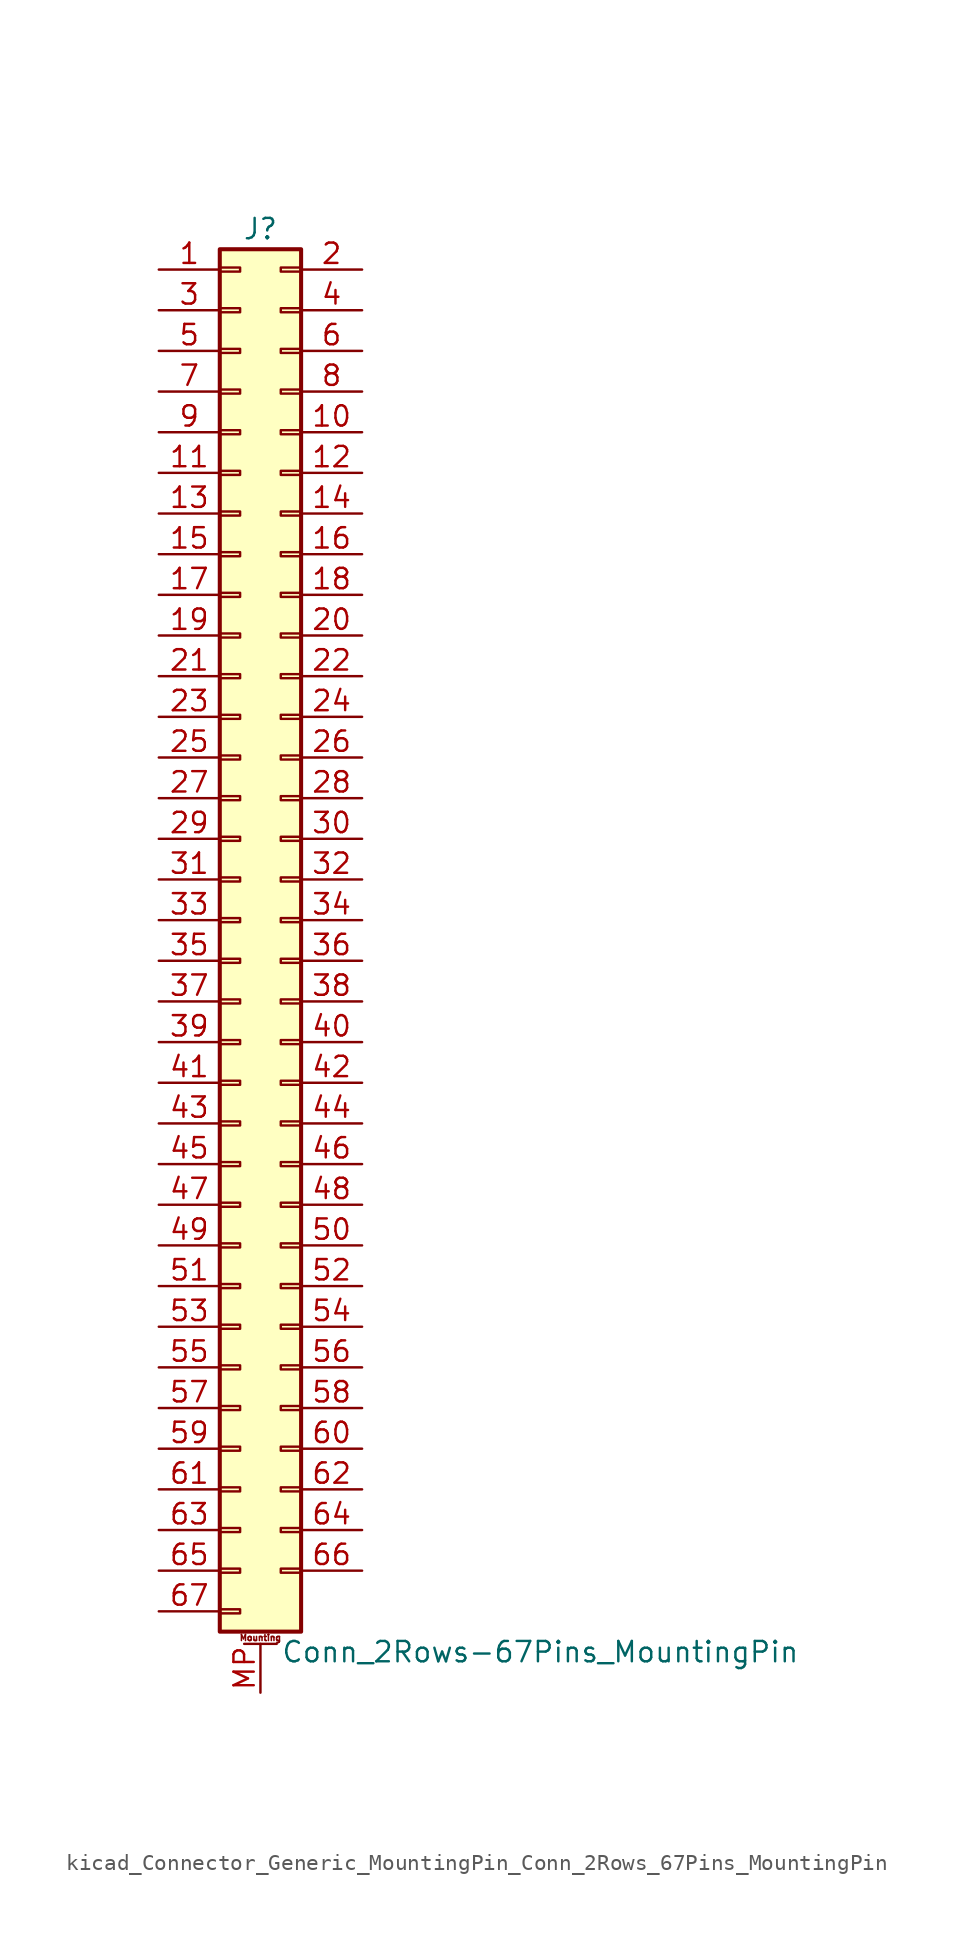
<source format=kicad_sym>
(kicad_symbol_lib
  (version 20220914)
  (generator kicad_symbol_editor)
  (symbol "kicad_Connector_Generic_MountingPin_Conn_2Rows_67Pins_MountingPin"
    (pin_names
      (offset 1.016) hide)
    (property "Reference" "J"
      (at 1.27 43.18 0)
      (effects (font (size 1.27 1.27))))
    (property "Value" "Conn_2Rows-67Pins_MountingPin"
      (at 2.54 -45.72 0)
      (effects (font (size 1.27 1.27)) (justify left)))
    (symbol "kicad_Connector_Generic_MountingPin_Conn_2Rows_67Pins_MountingPin_1_1"
      (rectangle (start -1.27 -43.053) (end 0 -43.307) (stroke (width 0.152) (type default)) (fill (type none)))
      (rectangle (start -1.27 -40.513) (end 0 -40.767) (stroke (width 0.152) (type default)) (fill (type none)))
      (rectangle (start -1.27 -37.973) (end 0 -38.227) (stroke (width 0.152) (type default)) (fill (type none)))
      (rectangle (start -1.27 -35.433) (end 0 -35.687) (stroke (width 0.152) (type default)) (fill (type none)))
      (rectangle (start -1.27 -32.893) (end 0 -33.147) (stroke (width 0.152) (type default)) (fill (type none)))
      (rectangle (start -1.27 -30.353) (end 0 -30.607) (stroke (width 0.152) (type default)) (fill (type none)))
      (rectangle (start -1.27 -27.813) (end 0 -28.067) (stroke (width 0.152) (type default)) (fill (type none)))
      (rectangle (start -1.27 -25.273) (end 0 -25.527) (stroke (width 0.152) (type default)) (fill (type none)))
      (rectangle (start -1.27 -22.733) (end 0 -22.987) (stroke (width 0.152) (type default)) (fill (type none)))
      (rectangle (start -1.27 -20.193) (end 0 -20.447) (stroke (width 0.152) (type default)) (fill (type none)))
      (rectangle (start -1.27 -17.653) (end 0 -17.907) (stroke (width 0.152) (type default)) (fill (type none)))
      (rectangle (start -1.27 -15.113) (end 0 -15.367) (stroke (width 0.152) (type default)) (fill (type none)))
      (rectangle (start -1.27 -12.573) (end 0 -12.827) (stroke (width 0.152) (type default)) (fill (type none)))
      (rectangle (start -1.27 -10.033) (end 0 -10.287) (stroke (width 0.152) (type default)) (fill (type none)))
      (rectangle (start -1.27 -7.493) (end 0 -7.747) (stroke (width 0.152) (type default)) (fill (type none)))
      (rectangle (start -1.27 -4.953) (end 0 -5.207) (stroke (width 0.152) (type default)) (fill (type none)))
      (rectangle (start -1.27 -2.413) (end 0 -2.667) (stroke (width 0.152) (type default)) (fill (type none)))
      (rectangle (start -1.27 0.127) (end 0 -0.127) (stroke (width 0.152) (type default)) (fill (type none)))
      (rectangle (start -1.27 2.667) (end 0 2.413) (stroke (width 0.152) (type default)) (fill (type none)))
      (rectangle (start -1.27 5.207) (end 0 4.953) (stroke (width 0.152) (type default)) (fill (type none)))
      (rectangle (start -1.27 7.747) (end 0 7.493) (stroke (width 0.152) (type default)) (fill (type none)))
      (rectangle (start -1.27 10.287) (end 0 10.033) (stroke (width 0.152) (type default)) (fill (type none)))
      (rectangle (start -1.27 12.827) (end 0 12.573) (stroke (width 0.152) (type default)) (fill (type none)))
      (rectangle (start -1.27 15.367) (end 0 15.113) (stroke (width 0.152) (type default)) (fill (type none)))
      (rectangle (start -1.27 17.907) (end 0 17.653) (stroke (width 0.152) (type default)) (fill (type none)))
      (rectangle (start -1.27 20.447) (end 0 20.193) (stroke (width 0.152) (type default)) (fill (type none)))
      (rectangle (start -1.27 22.987) (end 0 22.733) (stroke (width 0.152) (type default)) (fill (type none)))
      (rectangle (start -1.27 25.527) (end 0 25.273) (stroke (width 0.152) (type default)) (fill (type none)))
      (rectangle (start -1.27 28.067) (end 0 27.813) (stroke (width 0.152) (type default)) (fill (type none)))
      (rectangle (start -1.27 30.607) (end 0 30.353) (stroke (width 0.152) (type default)) (fill (type none)))
      (rectangle (start -1.27 33.147) (end 0 32.893) (stroke (width 0.152) (type default)) (fill (type none)))
      (rectangle (start -1.27 35.687) (end 0 35.433) (stroke (width 0.152) (type default)) (fill (type none)))
      (rectangle (start -1.27 38.227) (end 0 37.973) (stroke (width 0.152) (type default)) (fill (type none)))
      (rectangle (start -1.27 40.767) (end 0 40.513) (stroke (width 0.152) (type default)) (fill (type none)))
      (rectangle (start -1.27 41.91) (end 3.81 -44.45) (stroke (width 0.254) (type default)) (fill (type background)))
      (polyline (pts (xy 0.254 -45.212) (xy 2.286 -45.212)) (stroke (width 0.152) (type default)) (fill (type none)))
      (rectangle (start 3.81 -40.513) (end 2.54 -40.767) (stroke (width 0.152) (type default)) (fill (type none)))
      (rectangle (start 3.81 -37.973) (end 2.54 -38.227) (stroke (width 0.152) (type default)) (fill (type none)))
      (rectangle (start 3.81 -35.433) (end 2.54 -35.687) (stroke (width 0.152) (type default)) (fill (type none)))
      (rectangle (start 3.81 -32.893) (end 2.54 -33.147) (stroke (width 0.152) (type default)) (fill (type none)))
      (rectangle (start 3.81 -30.353) (end 2.54 -30.607) (stroke (width 0.152) (type default)) (fill (type none)))
      (rectangle (start 3.81 -27.813) (end 2.54 -28.067) (stroke (width 0.152) (type default)) (fill (type none)))
      (rectangle (start 3.81 -25.273) (end 2.54 -25.527) (stroke (width 0.152) (type default)) (fill (type none)))
      (rectangle (start 3.81 -22.733) (end 2.54 -22.987) (stroke (width 0.152) (type default)) (fill (type none)))
      (rectangle (start 3.81 -20.193) (end 2.54 -20.447) (stroke (width 0.152) (type default)) (fill (type none)))
      (rectangle (start 3.81 -17.653) (end 2.54 -17.907) (stroke (width 0.152) (type default)) (fill (type none)))
      (rectangle (start 3.81 -15.113) (end 2.54 -15.367) (stroke (width 0.152) (type default)) (fill (type none)))
      (rectangle (start 3.81 -12.573) (end 2.54 -12.827) (stroke (width 0.152) (type default)) (fill (type none)))
      (rectangle (start 3.81 -10.033) (end 2.54 -10.287) (stroke (width 0.152) (type default)) (fill (type none)))
      (rectangle (start 3.81 -7.493) (end 2.54 -7.747) (stroke (width 0.152) (type default)) (fill (type none)))
      (rectangle (start 3.81 -4.953) (end 2.54 -5.207) (stroke (width 0.152) (type default)) (fill (type none)))
      (rectangle (start 3.81 -2.413) (end 2.54 -2.667) (stroke (width 0.152) (type default)) (fill (type none)))
      (rectangle (start 3.81 0.127) (end 2.54 -0.127) (stroke (width 0.152) (type default)) (fill (type none)))
      (rectangle (start 3.81 2.667) (end 2.54 2.413) (stroke (width 0.152) (type default)) (fill (type none)))
      (rectangle (start 3.81 5.207) (end 2.54 4.953) (stroke (width 0.152) (type default)) (fill (type none)))
      (rectangle (start 3.81 7.747) (end 2.54 7.493) (stroke (width 0.152) (type default)) (fill (type none)))
      (rectangle (start 3.81 10.287) (end 2.54 10.033) (stroke (width 0.152) (type default)) (fill (type none)))
      (rectangle (start 3.81 12.827) (end 2.54 12.573) (stroke (width 0.152) (type default)) (fill (type none)))
      (rectangle (start 3.81 15.367) (end 2.54 15.113) (stroke (width 0.152) (type default)) (fill (type none)))
      (rectangle (start 3.81 17.907) (end 2.54 17.653) (stroke (width 0.152) (type default)) (fill (type none)))
      (rectangle (start 3.81 20.447) (end 2.54 20.193) (stroke (width 0.152) (type default)) (fill (type none)))
      (rectangle (start 3.81 22.987) (end 2.54 22.733) (stroke (width 0.152) (type default)) (fill (type none)))
      (rectangle (start 3.81 25.527) (end 2.54 25.273) (stroke (width 0.152) (type default)) (fill (type none)))
      (rectangle (start 3.81 28.067) (end 2.54 27.813) (stroke (width 0.152) (type default)) (fill (type none)))
      (rectangle (start 3.81 30.607) (end 2.54 30.353) (stroke (width 0.152) (type default)) (fill (type none)))
      (rectangle (start 3.81 33.147) (end 2.54 32.893) (stroke (width 0.152) (type default)) (fill (type none)))
      (rectangle (start 3.81 35.687) (end 2.54 35.433) (stroke (width 0.152) (type default)) (fill (type none)))
      (rectangle (start 3.81 38.227) (end 2.54 37.973) (stroke (width 0.152) (type default)) (fill (type none)))
      (rectangle (start 3.81 40.767) (end 2.54 40.513) (stroke (width 0.152) (type default)) (fill (type none)))
      (text "Mounting" (at 1.27 -44.831 0) (effects (font (size 0.381 0.381))))
      (pin passive line (at -5.08 40.64 0) (length 3.81) (name "Pin_1" (effects (font (size 1.27 1.27)))) (number "1" (effects (font (size 1.27 1.27)))))
      (pin passive line (at 7.62 30.48 180) (length 3.81) (name "Pin_10" (effects (font (size 1.27 1.27)))) (number "10" (effects (font (size 1.27 1.27)))))
      (pin passive line (at -5.08 27.94 0) (length 3.81) (name "Pin_11" (effects (font (size 1.27 1.27)))) (number "11" (effects (font (size 1.27 1.27)))))
      (pin passive line (at 7.62 27.94 180) (length 3.81) (name "Pin_12" (effects (font (size 1.27 1.27)))) (number "12" (effects (font (size 1.27 1.27)))))
      (pin passive line (at -5.08 25.4 0) (length 3.81) (name "Pin_13" (effects (font (size 1.27 1.27)))) (number "13" (effects (font (size 1.27 1.27)))))
      (pin passive line (at 7.62 25.4 180) (length 3.81) (name "Pin_14" (effects (font (size 1.27 1.27)))) (number "14" (effects (font (size 1.27 1.27)))))
      (pin passive line (at -5.08 22.86 0) (length 3.81) (name "Pin_15" (effects (font (size 1.27 1.27)))) (number "15" (effects (font (size 1.27 1.27)))))
      (pin passive line (at 7.62 22.86 180) (length 3.81) (name "Pin_16" (effects (font (size 1.27 1.27)))) (number "16" (effects (font (size 1.27 1.27)))))
      (pin passive line (at -5.08 20.32 0) (length 3.81) (name "Pin_17" (effects (font (size 1.27 1.27)))) (number "17" (effects (font (size 1.27 1.27)))))
      (pin passive line (at 7.62 20.32 180) (length 3.81) (name "Pin_18" (effects (font (size 1.27 1.27)))) (number "18" (effects (font (size 1.27 1.27)))))
      (pin passive line (at -5.08 17.78 0) (length 3.81) (name "Pin_19" (effects (font (size 1.27 1.27)))) (number "19" (effects (font (size 1.27 1.27)))))
      (pin passive line (at 7.62 40.64 180) (length 3.81) (name "Pin_2" (effects (font (size 1.27 1.27)))) (number "2" (effects (font (size 1.27 1.27)))))
      (pin passive line (at 7.62 17.78 180) (length 3.81) (name "Pin_20" (effects (font (size 1.27 1.27)))) (number "20" (effects (font (size 1.27 1.27)))))
      (pin passive line (at -5.08 15.24 0) (length 3.81) (name "Pin_21" (effects (font (size 1.27 1.27)))) (number "21" (effects (font (size 1.27 1.27)))))
      (pin passive line (at 7.62 15.24 180) (length 3.81) (name "Pin_22" (effects (font (size 1.27 1.27)))) (number "22" (effects (font (size 1.27 1.27)))))
      (pin passive line (at -5.08 12.7 0) (length 3.81) (name "Pin_23" (effects (font (size 1.27 1.27)))) (number "23" (effects (font (size 1.27 1.27)))))
      (pin passive line (at 7.62 12.7 180) (length 3.81) (name "Pin_24" (effects (font (size 1.27 1.27)))) (number "24" (effects (font (size 1.27 1.27)))))
      (pin passive line (at -5.08 10.16 0) (length 3.81) (name "Pin_25" (effects (font (size 1.27 1.27)))) (number "25" (effects (font (size 1.27 1.27)))))
      (pin passive line (at 7.62 10.16 180) (length 3.81) (name "Pin_26" (effects (font (size 1.27 1.27)))) (number "26" (effects (font (size 1.27 1.27)))))
      (pin passive line (at -5.08 7.62 0) (length 3.81) (name "Pin_27" (effects (font (size 1.27 1.27)))) (number "27" (effects (font (size 1.27 1.27)))))
      (pin passive line (at 7.62 7.62 180) (length 3.81) (name "Pin_28" (effects (font (size 1.27 1.27)))) (number "28" (effects (font (size 1.27 1.27)))))
      (pin passive line (at -5.08 5.08 0) (length 3.81) (name "Pin_29" (effects (font (size 1.27 1.27)))) (number "29" (effects (font (size 1.27 1.27)))))
      (pin passive line (at -5.08 38.1 0) (length 3.81) (name "Pin_3" (effects (font (size 1.27 1.27)))) (number "3" (effects (font (size 1.27 1.27)))))
      (pin passive line (at 7.62 5.08 180) (length 3.81) (name "Pin_30" (effects (font (size 1.27 1.27)))) (number "30" (effects (font (size 1.27 1.27)))))
      (pin passive line (at -5.08 2.54 0) (length 3.81) (name "Pin_31" (effects (font (size 1.27 1.27)))) (number "31" (effects (font (size 1.27 1.27)))))
      (pin passive line (at 7.62 2.54 180) (length 3.81) (name "Pin_32" (effects (font (size 1.27 1.27)))) (number "32" (effects (font (size 1.27 1.27)))))
      (pin passive line (at -5.08 0 0) (length 3.81) (name "Pin_33" (effects (font (size 1.27 1.27)))) (number "33" (effects (font (size 1.27 1.27)))))
      (pin passive line (at 7.62 0 180) (length 3.81) (name "Pin_34" (effects (font (size 1.27 1.27)))) (number "34" (effects (font (size 1.27 1.27)))))
      (pin passive line (at -5.08 -2.54 0) (length 3.81) (name "Pin_35" (effects (font (size 1.27 1.27)))) (number "35" (effects (font (size 1.27 1.27)))))
      (pin passive line (at 7.62 -2.54 180) (length 3.81) (name "Pin_36" (effects (font (size 1.27 1.27)))) (number "36" (effects (font (size 1.27 1.27)))))
      (pin passive line (at -5.08 -5.08 0) (length 3.81) (name "Pin_37" (effects (font (size 1.27 1.27)))) (number "37" (effects (font (size 1.27 1.27)))))
      (pin passive line (at 7.62 -5.08 180) (length 3.81) (name "Pin_38" (effects (font (size 1.27 1.27)))) (number "38" (effects (font (size 1.27 1.27)))))
      (pin passive line (at -5.08 -7.62 0) (length 3.81) (name "Pin_39" (effects (font (size 1.27 1.27)))) (number "39" (effects (font (size 1.27 1.27)))))
      (pin passive line (at 7.62 38.1 180) (length 3.81) (name "Pin_4" (effects (font (size 1.27 1.27)))) (number "4" (effects (font (size 1.27 1.27)))))
      (pin passive line (at 7.62 -7.62 180) (length 3.81) (name "Pin_40" (effects (font (size 1.27 1.27)))) (number "40" (effects (font (size 1.27 1.27)))))
      (pin passive line (at -5.08 -10.16 0) (length 3.81) (name "Pin_41" (effects (font (size 1.27 1.27)))) (number "41" (effects (font (size 1.27 1.27)))))
      (pin passive line (at 7.62 -10.16 180) (length 3.81) (name "Pin_42" (effects (font (size 1.27 1.27)))) (number "42" (effects (font (size 1.27 1.27)))))
      (pin passive line (at -5.08 -12.7 0) (length 3.81) (name "Pin_43" (effects (font (size 1.27 1.27)))) (number "43" (effects (font (size 1.27 1.27)))))
      (pin passive line (at 7.62 -12.7 180) (length 3.81) (name "Pin_44" (effects (font (size 1.27 1.27)))) (number "44" (effects (font (size 1.27 1.27)))))
      (pin passive line (at -5.08 -15.24 0) (length 3.81) (name "Pin_45" (effects (font (size 1.27 1.27)))) (number "45" (effects (font (size 1.27 1.27)))))
      (pin passive line (at 7.62 -15.24 180) (length 3.81) (name "Pin_46" (effects (font (size 1.27 1.27)))) (number "46" (effects (font (size 1.27 1.27)))))
      (pin passive line (at -5.08 -17.78 0) (length 3.81) (name "Pin_47" (effects (font (size 1.27 1.27)))) (number "47" (effects (font (size 1.27 1.27)))))
      (pin passive line (at 7.62 -17.78 180) (length 3.81) (name "Pin_48" (effects (font (size 1.27 1.27)))) (number "48" (effects (font (size 1.27 1.27)))))
      (pin passive line (at -5.08 -20.32 0) (length 3.81) (name "Pin_49" (effects (font (size 1.27 1.27)))) (number "49" (effects (font (size 1.27 1.27)))))
      (pin passive line (at -5.08 35.56 0) (length 3.81) (name "Pin_5" (effects (font (size 1.27 1.27)))) (number "5" (effects (font (size 1.27 1.27)))))
      (pin passive line (at 7.62 -20.32 180) (length 3.81) (name "Pin_50" (effects (font (size 1.27 1.27)))) (number "50" (effects (font (size 1.27 1.27)))))
      (pin passive line (at -5.08 -22.86 0) (length 3.81) (name "Pin_51" (effects (font (size 1.27 1.27)))) (number "51" (effects (font (size 1.27 1.27)))))
      (pin passive line (at 7.62 -22.86 180) (length 3.81) (name "Pin_52" (effects (font (size 1.27 1.27)))) (number "52" (effects (font (size 1.27 1.27)))))
      (pin passive line (at -5.08 -25.4 0) (length 3.81) (name "Pin_53" (effects (font (size 1.27 1.27)))) (number "53" (effects (font (size 1.27 1.27)))))
      (pin passive line (at 7.62 -25.4 180) (length 3.81) (name "Pin_54" (effects (font (size 1.27 1.27)))) (number "54" (effects (font (size 1.27 1.27)))))
      (pin passive line (at -5.08 -27.94 0) (length 3.81) (name "Pin_55" (effects (font (size 1.27 1.27)))) (number "55" (effects (font (size 1.27 1.27)))))
      (pin passive line (at 7.62 -27.94 180) (length 3.81) (name "Pin_56" (effects (font (size 1.27 1.27)))) (number "56" (effects (font (size 1.27 1.27)))))
      (pin passive line (at -5.08 -30.48 0) (length 3.81) (name "Pin_57" (effects (font (size 1.27 1.27)))) (number "57" (effects (font (size 1.27 1.27)))))
      (pin passive line (at 7.62 -30.48 180) (length 3.81) (name "Pin_58" (effects (font (size 1.27 1.27)))) (number "58" (effects (font (size 1.27 1.27)))))
      (pin passive line (at -5.08 -33.02 0) (length 3.81) (name "Pin_59" (effects (font (size 1.27 1.27)))) (number "59" (effects (font (size 1.27 1.27)))))
      (pin passive line (at 7.62 35.56 180) (length 3.81) (name "Pin_6" (effects (font (size 1.27 1.27)))) (number "6" (effects (font (size 1.27 1.27)))))
      (pin passive line (at 7.62 -33.02 180) (length 3.81) (name "Pin_60" (effects (font (size 1.27 1.27)))) (number "60" (effects (font (size 1.27 1.27)))))
      (pin passive line (at -5.08 -35.56 0) (length 3.81) (name "Pin_61" (effects (font (size 1.27 1.27)))) (number "61" (effects (font (size 1.27 1.27)))))
      (pin passive line (at 7.62 -35.56 180) (length 3.81) (name "Pin_62" (effects (font (size 1.27 1.27)))) (number "62" (effects (font (size 1.27 1.27)))))
      (pin passive line (at -5.08 -38.1 0) (length 3.81) (name "Pin_63" (effects (font (size 1.27 1.27)))) (number "63" (effects (font (size 1.27 1.27)))))
      (pin passive line (at 7.62 -38.1 180) (length 3.81) (name "Pin_64" (effects (font (size 1.27 1.27)))) (number "64" (effects (font (size 1.27 1.27)))))
      (pin passive line (at -5.08 -40.64 0) (length 3.81) (name "Pin_65" (effects (font (size 1.27 1.27)))) (number "65" (effects (font (size 1.27 1.27)))))
      (pin passive line (at 7.62 -40.64 180) (length 3.81) (name "Pin_66" (effects (font (size 1.27 1.27)))) (number "66" (effects (font (size 1.27 1.27)))))
      (pin passive line (at -5.08 -43.18 0) (length 3.81) (name "Pin_67" (effects (font (size 1.27 1.27)))) (number "67" (effects (font (size 1.27 1.27)))))
      (pin passive line (at -5.08 33.02 0) (length 3.81) (name "Pin_7" (effects (font (size 1.27 1.27)))) (number "7" (effects (font (size 1.27 1.27)))))
      (pin passive line (at 7.62 33.02 180) (length 3.81) (name "Pin_8" (effects (font (size 1.27 1.27)))) (number "8" (effects (font (size 1.27 1.27)))))
      (pin passive line (at -5.08 30.48 0) (length 3.81) (name "Pin_9" (effects (font (size 1.27 1.27)))) (number "9" (effects (font (size 1.27 1.27)))))
      (pin passive line (at 1.27 -48.26 90) (length 3.048) (name "MountPin" (effects (font (size 1.27 1.27)))) (number "MP" (effects (font (size 1.27 1.27))))))))
</source>
